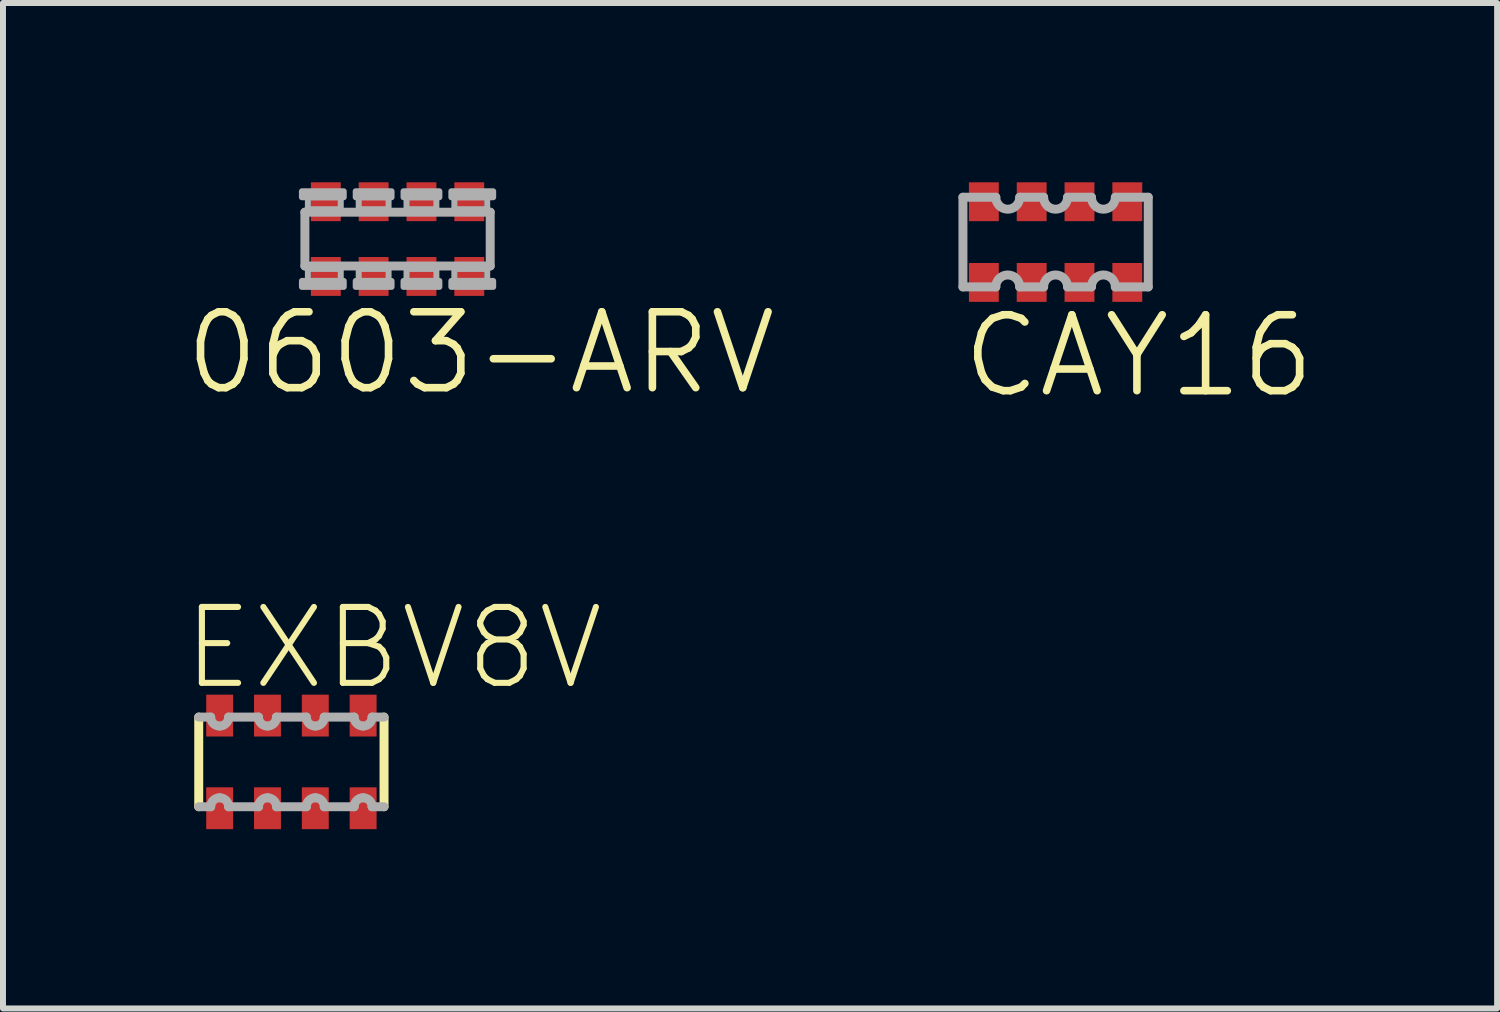
<source format=kicad_pcb>
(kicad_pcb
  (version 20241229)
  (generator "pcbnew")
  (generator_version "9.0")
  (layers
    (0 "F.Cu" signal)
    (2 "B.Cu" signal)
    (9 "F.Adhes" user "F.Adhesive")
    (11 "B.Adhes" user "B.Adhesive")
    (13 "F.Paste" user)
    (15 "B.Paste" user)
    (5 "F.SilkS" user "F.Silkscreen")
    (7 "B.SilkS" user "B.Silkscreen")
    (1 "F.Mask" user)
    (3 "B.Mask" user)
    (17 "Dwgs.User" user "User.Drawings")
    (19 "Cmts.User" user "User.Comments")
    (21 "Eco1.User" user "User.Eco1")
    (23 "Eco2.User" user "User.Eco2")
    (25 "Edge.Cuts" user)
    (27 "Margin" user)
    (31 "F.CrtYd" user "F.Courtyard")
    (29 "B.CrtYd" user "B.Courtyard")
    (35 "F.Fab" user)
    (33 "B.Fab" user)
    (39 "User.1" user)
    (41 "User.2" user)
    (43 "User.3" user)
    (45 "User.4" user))
  (footprint "0603-ARV"
    (layer "F.Cu")
    (at 3.601 0.95)
    (property "Reference" "0603-ARV" (at 1.391 1.905 0) (layer "F.SilkS") (effects (font (size 1.27 1.27) (thickness 0.127))))
    (attr through_hole)
    (fp_line (start -1.55 -0.45) (end 1.55 -0.45) (stroke (width 0.15) (type solid)) (layer "F.Fab"))
    (fp_line (start -1.55 0.45) (end -1.55 -0.45) (stroke (width 0.15) (type solid)) (layer "F.Fab"))
    (fp_line (start 1.55 -0.45) (end 1.55 0.45) (stroke (width 0.15) (type solid)) (layer "F.Fab"))
    (fp_line (start 1.55 0.45) (end -1.55 0.45) (stroke (width 0.15) (type solid)) (layer "F.Fab"))
    (fp_poly (pts (xy -1.6 -0.8) (xy -0.9 -0.8) (xy -0.9 -0.7) (xy -1.6 -0.7)) (stroke (width 0.1) (type solid)) (fill no) (layer "F.Fab"))
    (fp_poly (pts (xy -1.6 0.7) (xy -0.9 0.7) (xy -0.9 0.8) (xy -1.6 0.8)) (stroke (width 0.1) (type solid)) (fill no) (layer "F.Fab"))
    (fp_poly (pts (xy -1.5 -0.7) (xy -0.95 -0.7) (xy -0.95 -0.5) (xy -1.5 -0.5)) (stroke (width 0.1) (type solid)) (fill no) (layer "F.Fab"))
    (fp_poly (pts (xy -1.5 0.5) (xy -0.95 0.5) (xy -0.95 0.7) (xy -1.5 0.7)) (stroke (width 0.1) (type solid)) (fill no) (layer "F.Fab"))
    (fp_poly (pts (xy -0.7 -0.8) (xy -0.1 -0.8) (xy -0.1 -0.7) (xy -0.7 -0.7)) (stroke (width 0.1) (type solid)) (fill no) (layer "F.Fab"))
    (fp_poly (pts (xy -0.7 0.7) (xy -0.1 0.7) (xy -0.1 0.8) (xy -0.7 0.8)) (stroke (width 0.1) (type solid)) (fill no) (layer "F.Fab"))
    (fp_poly (pts (xy -0.65 -0.7) (xy -0.15 -0.7) (xy -0.15 -0.5) (xy -0.65 -0.5)) (stroke (width 0.1) (type solid)) (fill no) (layer "F.Fab"))
    (fp_poly (pts (xy -0.65 0.5) (xy -0.15 0.5) (xy -0.15 0.7) (xy -0.65 0.7)) (stroke (width 0.1) (type solid)) (fill no) (layer "F.Fab"))
    (fp_poly (pts (xy 0.1 -0.8) (xy 0.7 -0.8) (xy 0.7 -0.7) (xy 0.1 -0.7)) (stroke (width 0.1) (type solid)) (fill no) (layer "F.Fab"))
    (fp_poly (pts (xy 0.1 0.7) (xy 0.7 0.7) (xy 0.7 0.8) (xy 0.1 0.8)) (stroke (width 0.1) (type solid)) (fill no) (layer "F.Fab"))
    (fp_poly (pts (xy 0.15 -0.7) (xy 0.65 -0.7) (xy 0.65 -0.5) (xy 0.15 -0.5)) (stroke (width 0.1) (type solid)) (fill no) (layer "F.Fab"))
    (fp_poly (pts (xy 0.15 0.5) (xy 0.65 0.5) (xy 0.65 0.7) (xy 0.15 0.7)) (stroke (width 0.1) (type solid)) (fill no) (layer "F.Fab"))
    (fp_poly (pts (xy 0.9 -0.8) (xy 1.6 -0.8) (xy 1.6 -0.7) (xy 0.9 -0.7)) (stroke (width 0.1) (type solid)) (fill no) (layer "F.Fab"))
    (fp_poly (pts (xy 0.9 0.7) (xy 1.6 0.7) (xy 1.6 0.8) (xy 0.9 0.8)) (stroke (width 0.1) (type solid)) (fill no) (layer "F.Fab"))
    (fp_poly (pts (xy 0.95 -0.7) (xy 1.5 -0.7) (xy 1.5 -0.5) (xy 0.95 -0.5)) (stroke (width 0.1) (type solid)) (fill no) (layer "F.Fab"))
    (fp_poly (pts (xy 0.95 0.5) (xy 1.5 0.5) (xy 1.5 0.7) (xy 0.95 0.7)) (stroke (width 0.1) (type solid)) (fill no) (layer "F.Fab"))
    (pad "1" smd rect (at -1.2 0.625) (size 0.5 0.65) (layers "F.Cu" "F.Mask" "F.Paste"))
    (pad "2" smd rect (at -0.4 0.625) (size 0.5 0.65) (layers "F.Cu" "F.Mask" "F.Paste"))
    (pad "3" smd rect (at 0.4 0.625) (size 0.5 0.65) (layers "F.Cu" "F.Mask" "F.Paste"))
    (pad "4" smd rect (at 1.2 0.625) (size 0.5 0.65) (layers "F.Cu" "F.Mask" "F.Paste"))
    (pad "5" smd rect (at 1.2 -0.625) (size 0.5 0.65) (layers "F.Cu" "F.Mask" "F.Paste"))
    (pad "6" smd rect (at 0.4 -0.625) (size 0.5 0.65) (layers "F.Cu" "F.Mask" "F.Paste"))
    (pad "7" smd rect (at -0.4 -0.625) (size 0.5 0.65) (layers "F.Cu" "F.Mask" "F.Paste"))
    (pad "8" smd rect (at -1.2 -0.625) (size 0.5 0.65) (layers "F.Cu" "F.Mask" "F.Paste")))
  (footprint "EXBV8V"
    (layer "F.Cu")
    (at 1.825 9.697)
    (property "Reference" "EXBV8V" (at 1.708 -1.905 0) (layer "F.SilkS") (effects (font (size 1.27 1.27) (thickness 0.102))))
    (attr through_hole)
    (fp_line (start -1.55 0.75) (end -1.55 -0.75) (stroke (width 0.15) (type solid)) (layer "F.SilkS"))
    (fp_line (start 1.55 -0.75) (end 1.55 0.75) (stroke (width 0.15) (type solid)) (layer "F.SilkS"))
    (fp_line (start -1.55 -0.75) (end -1.35 -0.75) (stroke (width 0.15) (type solid)) (layer "F.Fab"))
    (fp_line (start -1.35 0.75) (end -1.55 0.75) (stroke (width 0.15) (type solid)) (layer "F.Fab"))
    (fp_line (start -1.05 -0.75) (end -0.55 -0.75) (stroke (width 0.15) (type solid)) (layer "F.Fab"))
    (fp_line (start -0.55 0.75) (end -1.05 0.75) (stroke (width 0.15) (type solid)) (layer "F.Fab"))
    (fp_line (start -0.25 -0.75) (end 0.25 -0.75) (stroke (width 0.15) (type solid)) (layer "F.Fab"))
    (fp_line (start 0.25 0.75) (end -0.25 0.75) (stroke (width 0.15) (type solid)) (layer "F.Fab"))
    (fp_line (start 0.55 -0.75) (end 1.05 -0.75) (stroke (width 0.15) (type solid)) (layer "F.Fab"))
    (fp_line (start 1.05 0.75) (end 0.55 0.75) (stroke (width 0.15) (type solid)) (layer "F.Fab"))
    (fp_line (start 1.35 -0.75) (end 1.55 -0.75) (stroke (width 0.15) (type solid)) (layer "F.Fab"))
    (fp_line (start 1.55 0.75) (end 1.35 0.75) (stroke (width 0.15) (type solid)) (layer "F.Fab"))
    (fp_arc (start -1.35 0.75) (mid -1.306066 0.643934) (end -1.2 0.6) (stroke (width 0.15) (type solid)) (layer "F.Fab"))
    (fp_arc (start -1.2 -0.6) (mid -1.306066 -0.643934) (end -1.35 -0.75) (stroke (width 0.15) (type solid)) (layer "F.Fab"))
    (fp_arc (start -1.2 0.6) (mid -1.093934 0.643934) (end -1.05 0.75) (stroke (width 0.15) (type solid)) (layer "F.Fab"))
    (fp_arc (start -1.05 -0.75) (mid -1.093934 -0.643934) (end -1.2 -0.6) (stroke (width 0.15) (type solid)) (layer "F.Fab"))
    (fp_arc (start -0.55 0.75) (mid -0.506066 0.643934) (end -0.4 0.6) (stroke (width 0.15) (type solid)) (layer "F.Fab"))
    (fp_arc (start -0.4 -0.6) (mid -0.506066 -0.643934) (end -0.55 -0.75) (stroke (width 0.15) (type solid)) (layer "F.Fab"))
    (fp_arc (start -0.4 0.6) (mid -0.293934 0.643934) (end -0.25 0.75) (stroke (width 0.15) (type solid)) (layer "F.Fab"))
    (fp_arc (start -0.25 -0.75) (mid -0.293934 -0.643934) (end -0.4 -0.6) (stroke (width 0.15) (type solid)) (layer "F.Fab"))
    (fp_arc (start 0.25 0.75) (mid 0.293934 0.643934) (end 0.4 0.6) (stroke (width 0.15) (type solid)) (layer "F.Fab"))
    (fp_arc (start 0.4 -0.6) (mid 0.293934 -0.643934) (end 0.25 -0.75) (stroke (width 0.15) (type solid)) (layer "F.Fab"))
    (fp_arc (start 0.4 0.6) (mid 0.506066 0.643934) (end 0.55 0.75) (stroke (width 0.15) (type solid)) (layer "F.Fab"))
    (fp_arc (start 0.55 -0.75) (mid 0.506066 -0.643934) (end 0.4 -0.6) (stroke (width 0.15) (type solid)) (layer "F.Fab"))
    (fp_arc (start 1.05 0.75) (mid 1.093934 0.643934) (end 1.2 0.6) (stroke (width 0.15) (type solid)) (layer "F.Fab"))
    (fp_arc (start 1.2 -0.6) (mid 1.093934 -0.643934) (end 1.05 -0.75) (stroke (width 0.15) (type solid)) (layer "F.Fab"))
    (fp_arc (start 1.2 0.6) (mid 1.306066 0.643934) (end 1.35 0.75) (stroke (width 0.15) (type solid)) (layer "F.Fab"))
    (fp_arc (start 1.35 -0.75) (mid 1.306066 -0.643934) (end 1.2 -0.6) (stroke (width 0.15) (type solid)) (layer "F.Fab"))
    (pad "1" smd rect (at -1.2 0.775) (size 0.45 0.7) (layers "F.Cu" "F.Mask" "F.Paste"))
    (pad "2" smd rect (at -0.4 0.775) (size 0.45 0.7) (layers "F.Cu" "F.Mask" "F.Paste"))
    (pad "3" smd rect (at 0.4 0.775) (size 0.45 0.7) (layers "F.Cu" "F.Mask" "F.Paste"))
    (pad "4" smd rect (at 1.2 0.775) (size 0.45 0.7) (layers "F.Cu" "F.Mask" "F.Paste"))
    (pad "5" smd rect (at 1.2 -0.775) (size 0.45 0.7) (layers "F.Cu" "F.Mask" "F.Paste"))
    (pad "6" smd rect (at 0.4 -0.775) (size 0.45 0.7) (layers "F.Cu" "F.Mask" "F.Paste"))
    (pad "7" smd rect (at -0.4 -0.775) (size 0.45 0.7) (layers "F.Cu" "F.Mask" "F.Paste"))
    (pad "8" smd rect (at -1.2 -0.775) (size 0.45 0.7) (layers "F.Cu" "F.Mask" "F.Paste")))
  (footprint "CAY16"
    (layer "F.Cu")
    (at 14.61 1)
    (property "Reference" "CAY16" (at 1.391 1.905 0) (layer "F.SilkS") (effects (font (size 1.27 1.27) (thickness 0.127))))
    (attr through_hole)
    (fp_line (start -1.55 -0.75) (end -1 -0.75) (stroke (width 0.15) (type solid)) (layer "F.Fab"))
    (fp_line (start -1.55 0.75) (end -1.55 -0.75) (stroke (width 0.15) (type solid)) (layer "F.Fab"))
    (fp_line (start -1 0.75) (end -1.55 0.75) (stroke (width 0.15) (type solid)) (layer "F.Fab"))
    (fp_line (start -0.6 -0.75) (end -0.2 -0.75) (stroke (width 0.15) (type solid)) (layer "F.Fab"))
    (fp_line (start -0.2 0.75) (end -0.6 0.75) (stroke (width 0.15) (type solid)) (layer "F.Fab"))
    (fp_line (start 0.2 -0.75) (end 0.6 -0.75) (stroke (width 0.15) (type solid)) (layer "F.Fab"))
    (fp_line (start 0.6 0.75) (end 0.2 0.75) (stroke (width 0.15) (type solid)) (layer "F.Fab"))
    (fp_line (start 1 -0.75) (end 1.55 -0.75) (stroke (width 0.15) (type solid)) (layer "F.Fab"))
    (fp_line (start 1.55 -0.75) (end 1.55 0.75) (stroke (width 0.15) (type solid)) (layer "F.Fab"))
    (fp_line (start 1.55 0.75) (end 1 0.75) (stroke (width 0.15) (type solid)) (layer "F.Fab"))
    (fp_arc (start -1 0.75) (mid -0.8 0.55) (end -0.6 0.75) (stroke (width 0.15) (type solid)) (layer "F.Fab"))
    (fp_arc (start -0.6 -0.75) (mid -0.8 -0.55) (end -1 -0.75) (stroke (width 0.15) (type solid)) (layer "F.Fab"))
    (fp_arc (start -0.2 0.75) (mid 0 0.55) (end 0.2 0.75) (stroke (width 0.15) (type solid)) (layer "F.Fab"))
    (fp_arc (start 0.2 -0.75) (mid 0 -0.55) (end -0.2 -0.75) (stroke (width 0.15) (type solid)) (layer "F.Fab"))
    (fp_arc (start 0.6 0.75) (mid 0.8 0.55) (end 1 0.75) (stroke (width 0.15) (type solid)) (layer "F.Fab"))
    (fp_arc (start 1 -0.75) (mid 0.8 -0.55) (end 0.6 -0.75) (stroke (width 0.15) (type solid)) (layer "F.Fab"))
    (pad "1" smd rect (at -1.2 0.675) (size 0.5 0.65) (layers "F.Cu" "F.Mask" "F.Paste"))
    (pad "2" smd rect (at -0.4 0.675) (size 0.5 0.65) (layers "F.Cu" "F.Mask" "F.Paste"))
    (pad "3" smd rect (at 0.4 0.675) (size 0.5 0.65) (layers "F.Cu" "F.Mask" "F.Paste"))
    (pad "4" smd rect (at 1.2 0.675) (size 0.5 0.65) (layers "F.Cu" "F.Mask" "F.Paste"))
    (pad "5" smd rect (at 1.2 -0.675) (size 0.5 0.65) (layers "F.Cu" "F.Mask" "F.Paste"))
    (pad "6" smd rect (at 0.4 -0.675) (size 0.5 0.65) (layers "F.Cu" "F.Mask" "F.Paste"))
    (pad "7" smd rect (at -0.4 -0.675) (size 0.5 0.65) (layers "F.Cu" "F.Mask" "F.Paste"))
    (pad "8" smd rect (at -1.2 -0.675) (size 0.5 0.65) (layers "F.Cu" "F.Mask" "F.Paste")))
  (gr_rect
    (start -3 -3)
    (end 21.997 13.822)
    (stroke (width 0.1) (type default))
    (fill no)
    (layer "Edge.Cuts")))
</source>
